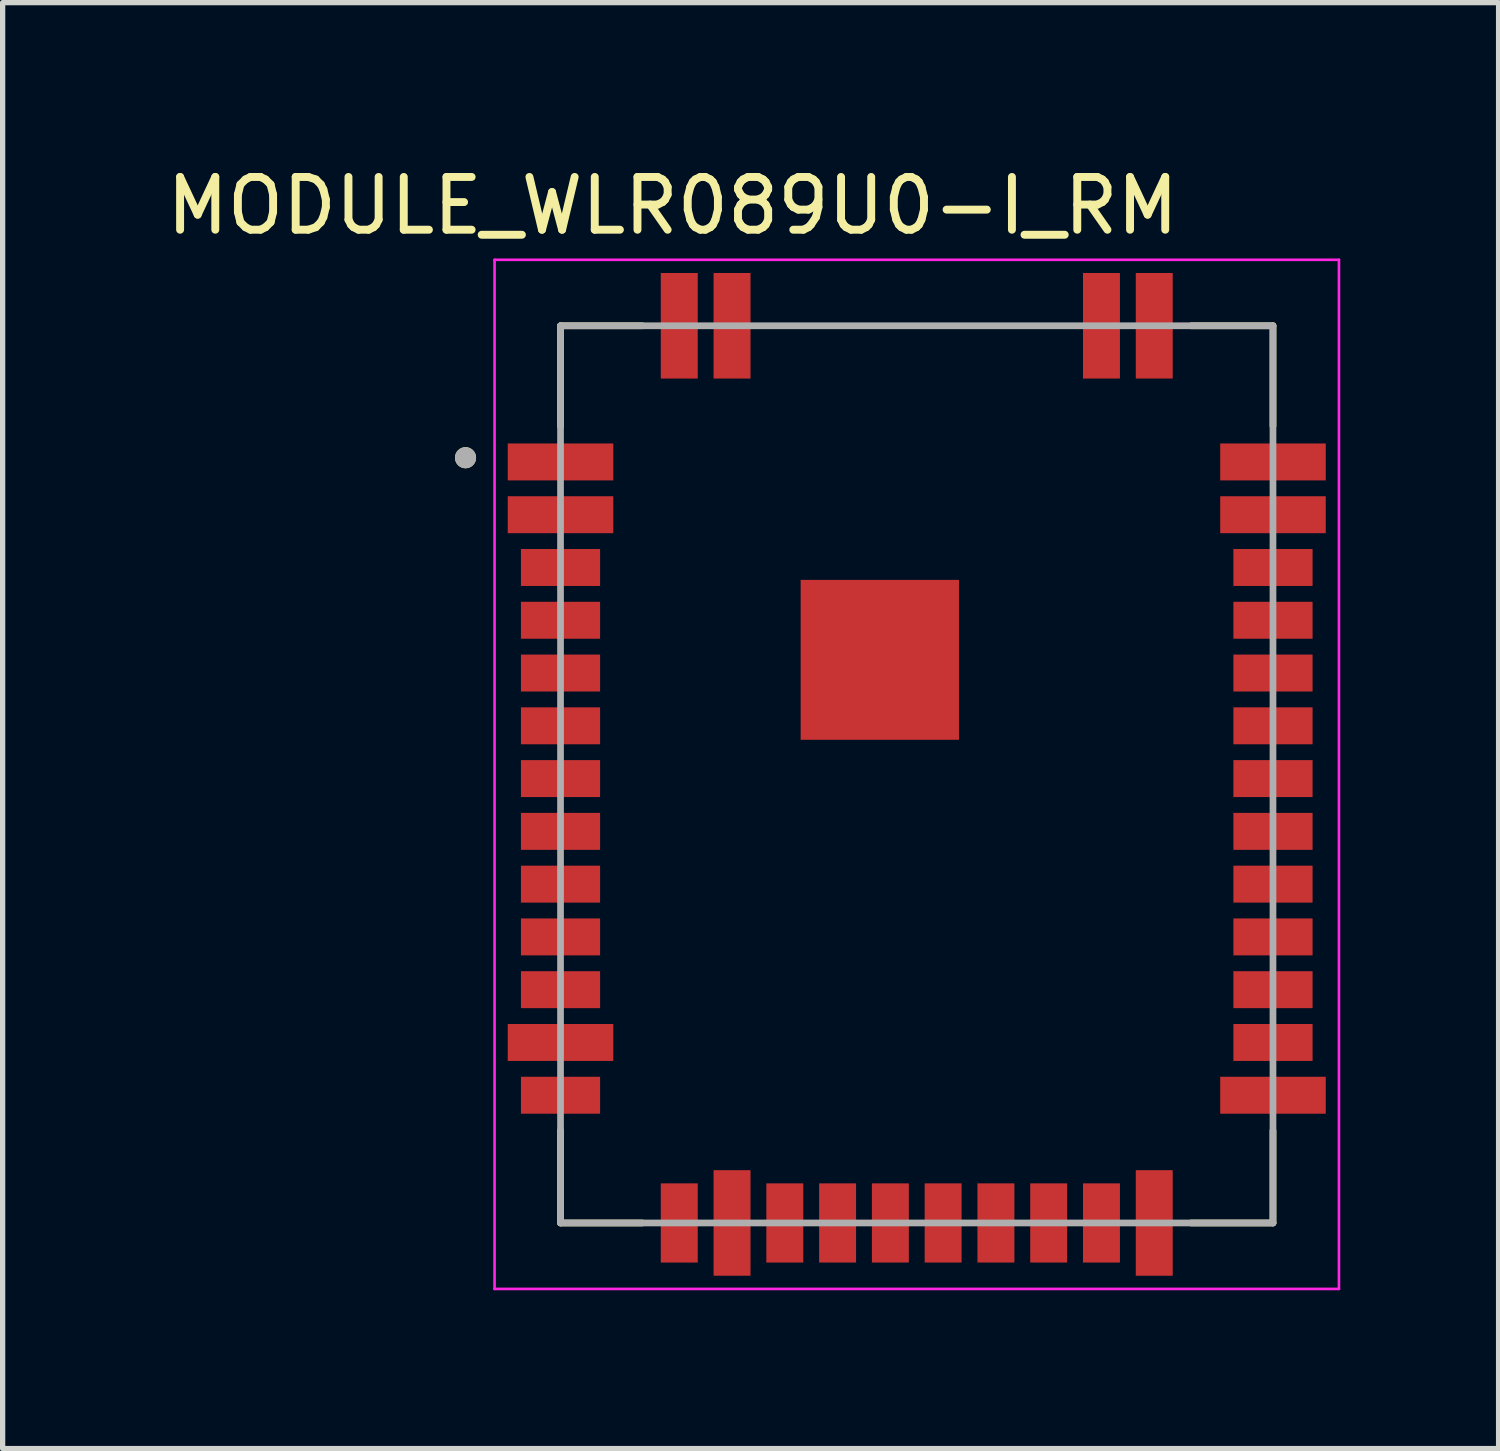
<source format=kicad_pcb>
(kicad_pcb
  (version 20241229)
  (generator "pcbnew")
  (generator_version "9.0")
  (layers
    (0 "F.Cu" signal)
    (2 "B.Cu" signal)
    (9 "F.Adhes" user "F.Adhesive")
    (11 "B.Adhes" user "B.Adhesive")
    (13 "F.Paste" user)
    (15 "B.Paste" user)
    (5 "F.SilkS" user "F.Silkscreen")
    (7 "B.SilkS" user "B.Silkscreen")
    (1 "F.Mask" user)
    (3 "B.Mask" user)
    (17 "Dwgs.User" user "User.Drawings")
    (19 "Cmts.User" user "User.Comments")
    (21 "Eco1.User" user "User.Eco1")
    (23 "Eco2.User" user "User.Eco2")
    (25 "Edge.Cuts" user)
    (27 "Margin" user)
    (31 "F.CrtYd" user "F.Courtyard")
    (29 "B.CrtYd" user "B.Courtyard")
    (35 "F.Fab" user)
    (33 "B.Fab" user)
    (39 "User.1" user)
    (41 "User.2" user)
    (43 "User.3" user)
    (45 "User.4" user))
  (footprint "MODULE_WLR089U0-I_RM"
    (layer "F.Cu")
    (at 14.321 11.623)
    (property "Reference" "MODULE_WLR089U0-I_RM" (at -4.625 -10.775 0) (layer "F.SilkS") (effects (font (size 1 1) (thickness 0.15))))
    (attr smd)
    (fp_line (start -6.75 -8.5) (end -6.75 -6.6) (stroke (width 0.127) (type solid)) (layer "F.SilkS"))
    (fp_line (start -6.75 6.75) (end -6.75 8.5) (stroke (width 0.127) (type solid)) (layer "F.SilkS"))
    (fp_line (start -6.75 8.5) (end -5.2 8.5) (stroke (width 0.127) (type solid)) (layer "F.SilkS"))
    (fp_line (start -5.2 -8.5) (end -6.75 -8.5) (stroke (width 0.127) (type solid)) (layer "F.SilkS"))
    (fp_line (start 5.2 8.5) (end 6.75 8.5) (stroke (width 0.127) (type solid)) (layer "F.SilkS"))
    (fp_line (start 6.75 -8.5) (end 5.2 -8.5) (stroke (width 0.127) (type solid)) (layer "F.SilkS"))
    (fp_line (start 6.75 -6.6) (end 6.75 -8.5) (stroke (width 0.127) (type solid)) (layer "F.SilkS"))
    (fp_line (start 6.75 8.5) (end 6.75 6.75) (stroke (width 0.127) (type solid)) (layer "F.SilkS"))
    (fp_circle (center -8.55 -6) (end -8.45 -6) (stroke (width 0.2) (type solid)) (fill no) (layer "F.SilkS"))
    (fp_poly (pts (xy -1.76 -3.241) (xy 0.36 -3.241) (xy 0.36 -1.099) (xy -1.76 -1.099)) (stroke (width 0.01) (type solid)) (fill yes) (layer "F.Paste"))
    (fp_line (start -8 -9.75) (end 8 -9.75) (stroke (width 0.05) (type solid)) (layer "F.CrtYd"))
    (fp_line (start -8 9.75) (end -8 -9.75) (stroke (width 0.05) (type solid)) (layer "F.CrtYd"))
    (fp_line (start 8 -9.75) (end 8 9.75) (stroke (width 0.05) (type solid)) (layer "F.CrtYd"))
    (fp_line (start 8 9.75) (end -8 9.75) (stroke (width 0.05) (type solid)) (layer "F.CrtYd"))
    (fp_line (start -6.75 -8.5) (end 6.75 -8.5) (stroke (width 0.127) (type solid)) (layer "F.Fab"))
    (fp_line (start -6.75 8.5) (end -6.75 -8.5) (stroke (width 0.127) (type solid)) (layer "F.Fab"))
    (fp_line (start 6.75 -8.5) (end 6.75 8.5) (stroke (width 0.127) (type solid)) (layer "F.Fab"))
    (fp_line (start 6.75 8.5) (end -6.75 8.5) (stroke (width 0.127) (type solid)) (layer "F.Fab"))
    (fp_circle (center -8.55 -6) (end -8.45 -6) (stroke (width 0.2) (type solid)) (fill no) (layer "F.Fab"))
    (pad "1" smd rect (at -6.75 -5.92) (size 2 0.7) (layers "F.Cu" "F.Mask" "F.Paste"))
    (pad "2" smd rect (at -6.75 -4.92) (size 2 0.7) (layers "F.Cu" "F.Mask" "F.Paste"))
    (pad "3" smd rect (at -6.75 -3.92) (size 1.5 0.7) (layers "F.Cu" "F.Mask" "F.Paste"))
    (pad "4" smd rect (at -6.75 -2.92) (size 1.5 0.7) (layers "F.Cu" "F.Mask" "F.Paste"))
    (pad "5" smd rect (at -6.75 -1.92) (size 1.5 0.7) (layers "F.Cu" "F.Mask" "F.Paste"))
    (pad "6" smd rect (at -6.75 -0.92) (size 1.5 0.7) (layers "F.Cu" "F.Mask" "F.Paste"))
    (pad "7" smd rect (at -6.75 0.08) (size 1.5 0.7) (layers "F.Cu" "F.Mask" "F.Paste"))
    (pad "8" smd rect (at -6.75 1.08) (size 1.5 0.7) (layers "F.Cu" "F.Mask" "F.Paste"))
    (pad "9" smd rect (at -6.75 2.08) (size 1.5 0.7) (layers "F.Cu" "F.Mask" "F.Paste"))
    (pad "10" smd rect (at -6.75 3.08) (size 1.5 0.7) (layers "F.Cu" "F.Mask" "F.Paste"))
    (pad "11" smd rect (at -6.75 4.08) (size 1.5 0.7) (layers "F.Cu" "F.Mask" "F.Paste"))
    (pad "12" smd rect (at -6.75 5.08) (size 2 0.7) (layers "F.Cu" "F.Mask" "F.Paste"))
    (pad "13" smd rect (at -6.75 6.08) (size 1.5 0.7) (layers "F.Cu" "F.Mask" "F.Paste"))
    (pad "14" smd rect (at -4.5 8.5) (size 0.7 1.5) (layers "F.Cu" "F.Mask" "F.Paste"))
    (pad "15" smd rect (at -3.5 8.5) (size 0.7 2) (layers "F.Cu" "F.Mask" "F.Paste"))
    (pad "16" smd rect (at -2.5 8.5) (size 0.7 1.5) (layers "F.Cu" "F.Mask" "F.Paste"))
    (pad "17" smd rect (at -1.5 8.5) (size 0.7 1.5) (layers "F.Cu" "F.Mask" "F.Paste"))
    (pad "18" smd rect (at -0.5 8.5) (size 0.7 1.5) (layers "F.Cu" "F.Mask" "F.Paste"))
    (pad "19" smd rect (at 0.5 8.5) (size 0.7 1.5) (layers "F.Cu" "F.Mask" "F.Paste"))
    (pad "20" smd rect (at 1.5 8.5) (size 0.7 1.5) (layers "F.Cu" "F.Mask" "F.Paste"))
    (pad "21" smd rect (at 2.5 8.5) (size 0.7 1.5) (layers "F.Cu" "F.Mask" "F.Paste"))
    (pad "22" smd rect (at 3.5 8.5) (size 0.7 1.5) (layers "F.Cu" "F.Mask" "F.Paste"))
    (pad "23" smd rect (at 4.5 8.5) (size 0.7 2) (layers "F.Cu" "F.Mask" "F.Paste"))
    (pad "24" smd rect (at 6.75 6.08) (size 2 0.7) (layers "F.Cu" "F.Mask" "F.Paste"))
    (pad "25" smd rect (at 6.75 5.08) (size 1.5 0.7) (layers "F.Cu" "F.Mask" "F.Paste"))
    (pad "26" smd rect (at 6.75 4.08) (size 1.5 0.7) (layers "F.Cu" "F.Mask" "F.Paste"))
    (pad "27" smd rect (at 6.75 3.08) (size 1.5 0.7) (layers "F.Cu" "F.Mask" "F.Paste"))
    (pad "28" smd rect (at 6.75 2.08) (size 1.5 0.7) (layers "F.Cu" "F.Mask" "F.Paste"))
    (pad "29" smd rect (at 6.75 1.08) (size 1.5 0.7) (layers "F.Cu" "F.Mask" "F.Paste"))
    (pad "30" smd rect (at 6.75 0.08) (size 1.5 0.7) (layers "F.Cu" "F.Mask" "F.Paste"))
    (pad "31" smd rect (at 6.75 -0.92) (size 1.5 0.7) (layers "F.Cu" "F.Mask" "F.Paste"))
    (pad "32" smd rect (at 6.75 -1.92) (size 1.5 0.7) (layers "F.Cu" "F.Mask" "F.Paste"))
    (pad "33" smd rect (at 6.75 -2.92) (size 1.5 0.7) (layers "F.Cu" "F.Mask" "F.Paste"))
    (pad "34" smd rect (at 6.75 -3.92) (size 1.5 0.7) (layers "F.Cu" "F.Mask" "F.Paste"))
    (pad "35" smd rect (at 6.75 -4.92) (size 2 0.7) (layers "F.Cu" "F.Mask" "F.Paste"))
    (pad "36" smd rect (at 6.75 -5.92) (size 2 0.7) (layers "F.Cu" "F.Mask" "F.Paste"))
    (pad "37" smd rect (at 4.5 -8.5) (size 0.7 2) (layers "F.Cu" "F.Mask" "F.Paste"))
    (pad "38" smd rect (at 3.5 -8.5) (size 0.7 2) (layers "F.Cu" "F.Mask" "F.Paste"))
    (pad "39" smd rect (at -3.5 -8.5) (size 0.7 2) (layers "F.Cu" "F.Mask" "F.Paste"))
    (pad "40" smd rect (at -4.5 -8.5) (size 0.7 2) (layers "F.Cu" "F.Mask" "F.Paste"))
    (pad "41" smd rect (at -0.7 -2.17) (size 3 3.03) (layers "F.Cu" "F.Mask")))
  (gr_rect
    (start -3 -3)
    (end 25.346 24.398)
    (stroke (width 0.1) (type default))
    (fill no)
    (layer "Edge.Cuts")))
</source>
